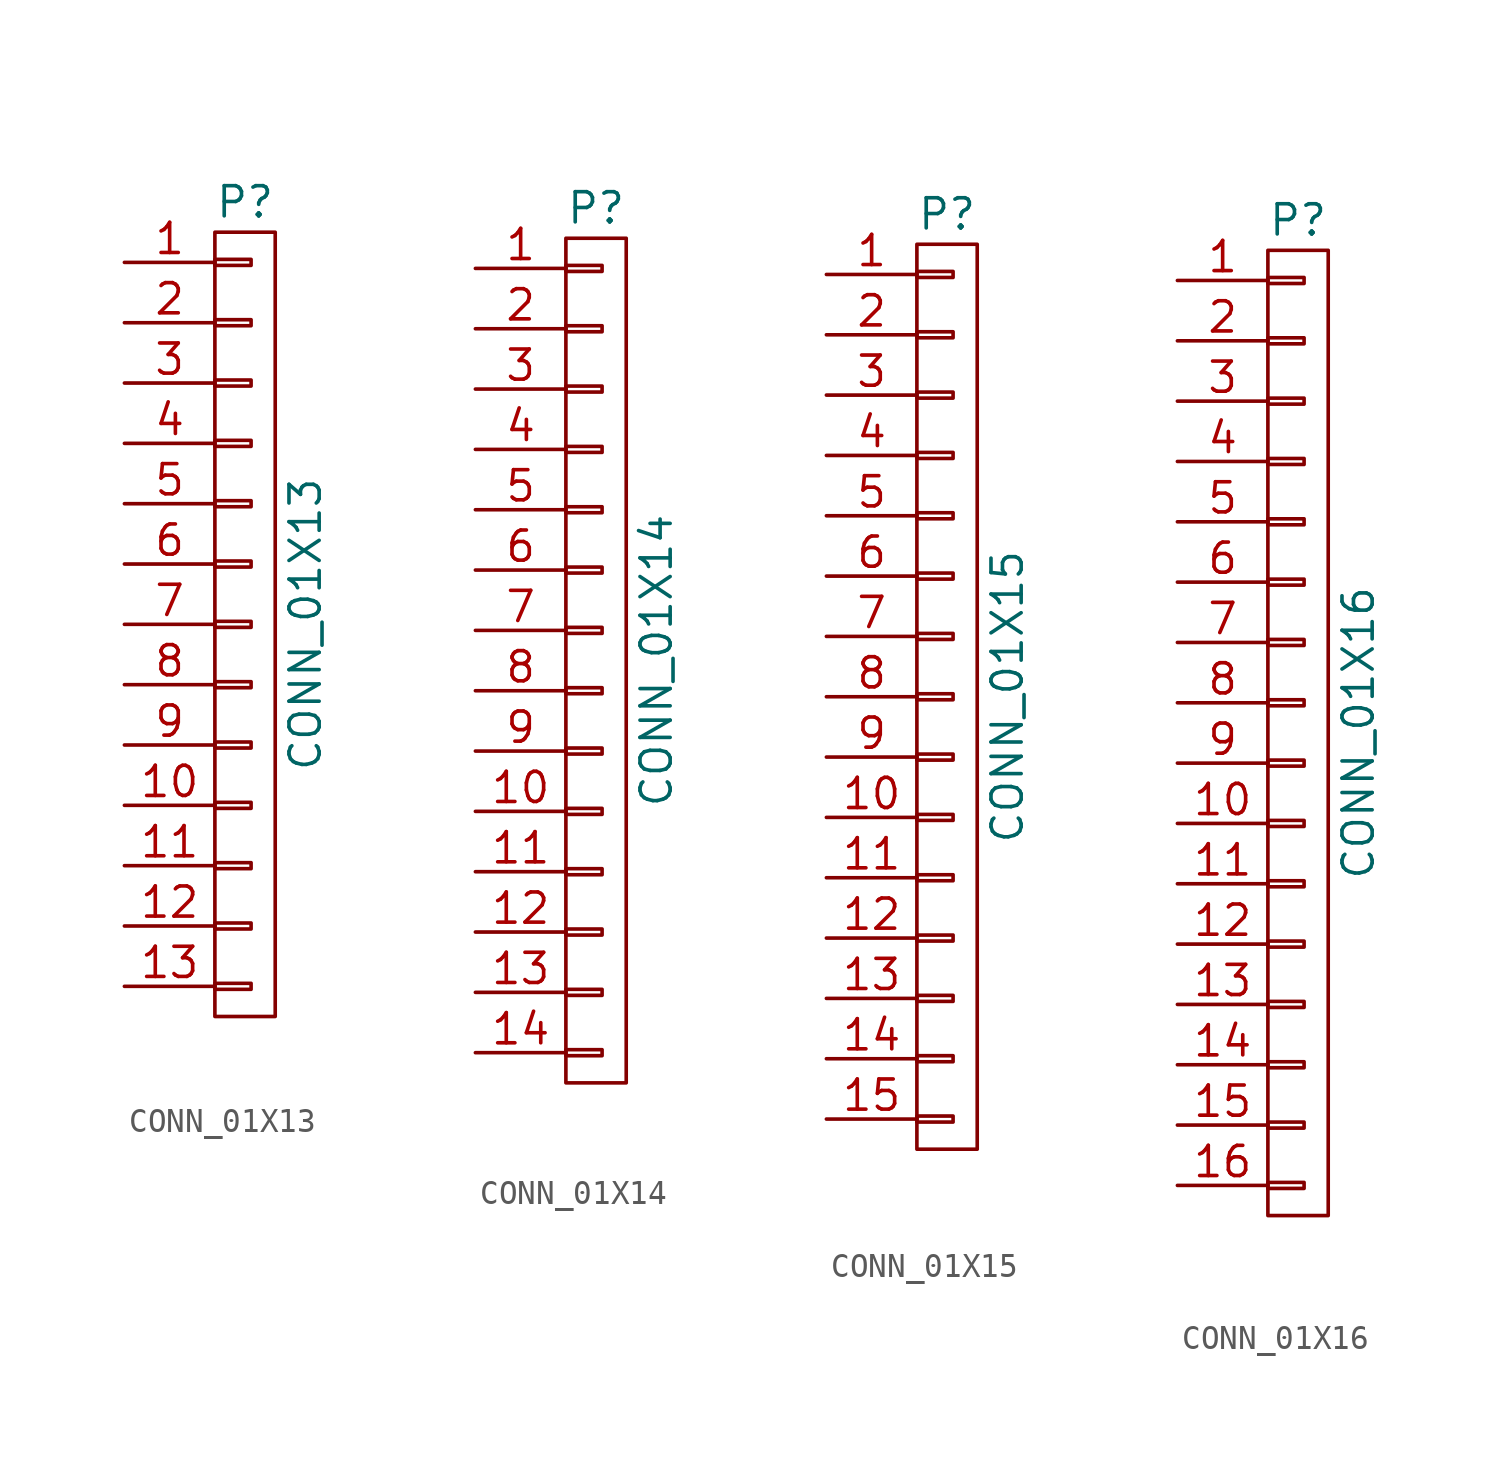
<source format=kicad_sym>
(kicad_symbol_lib
  (version 20211014)
  (generator kicad_symbol_editor)
  (symbol "CONN_01X13"
    (pin_names
      (offset 1.016) hide)
    (property "Reference" "P"
      (at 0 17.78 0)
      (effects (font (size 1.27 1.27))))
    (property "Value" "CONN_01X13"
      (at 2.54 0 90)
      (effects (font (size 1.27 1.27))))
    (property "Footprint" ""
      (at 0 0 0)
      (effects (font (size 1.27 1.27))))
    (property "Datasheet" ""
      (at 0 0 0)
      (effects (font (size 1.27 1.27))))
    (symbol "CONN_01X13_0_1"
      (rectangle (start -1.27 -16.51) (end 1.27 16.51) (stroke (width 0) (type default) (color 0 0 0 0)) (fill (type none)))
      (rectangle (start -1.27 -15.113) (end 0.254 -15.367) (stroke (width 0) (type default) (color 0 0 0 0)) (fill (type none)))
      (rectangle (start -1.27 -12.573) (end 0.254 -12.827) (stroke (width 0) (type default) (color 0 0 0 0)) (fill (type none)))
      (rectangle (start -1.27 -10.033) (end 0.254 -10.287) (stroke (width 0) (type default) (color 0 0 0 0)) (fill (type none)))
      (rectangle (start -1.27 -7.493) (end 0.254 -7.747) (stroke (width 0) (type default) (color 0 0 0 0)) (fill (type none)))
      (rectangle (start -1.27 -4.953) (end 0.254 -5.207) (stroke (width 0) (type default) (color 0 0 0 0)) (fill (type none)))
      (rectangle (start -1.27 -2.413) (end 0.254 -2.667) (stroke (width 0) (type default) (color 0 0 0 0)) (fill (type none)))
      (rectangle (start -1.27 0.127) (end 0.254 -0.127) (stroke (width 0) (type default) (color 0 0 0 0)) (fill (type none)))
      (rectangle (start -1.27 2.667) (end 0.254 2.413) (stroke (width 0) (type default) (color 0 0 0 0)) (fill (type none)))
      (rectangle (start -1.27 5.207) (end 0.254 4.953) (stroke (width 0) (type default) (color 0 0 0 0)) (fill (type none)))
      (rectangle (start -1.27 7.747) (end 0.254 7.493) (stroke (width 0) (type default) (color 0 0 0 0)) (fill (type none)))
      (rectangle (start -1.27 10.287) (end 0.254 10.033) (stroke (width 0) (type default) (color 0 0 0 0)) (fill (type none)))
      (rectangle (start -1.27 12.827) (end 0.254 12.573) (stroke (width 0) (type default) (color 0 0 0 0)) (fill (type none)))
      (rectangle (start -1.27 15.367) (end 0.254 15.113) (stroke (width 0) (type default) (color 0 0 0 0)) (fill (type none))))
    (symbol "CONN_01X13_1_1"
      (pin passive line (at -5.08 15.24 0) (length 3.81) (name "P1" (effects (font (size 1.27 1.27)))) (number "1" (effects (font (size 1.27 1.27)))))
      (pin passive line (at -5.08 -7.62 0) (length 3.81) (name "P10" (effects (font (size 1.27 1.27)))) (number "10" (effects (font (size 1.27 1.27)))))
      (pin passive line (at -5.08 -10.16 0) (length 3.81) (name "P11" (effects (font (size 1.27 1.27)))) (number "11" (effects (font (size 1.27 1.27)))))
      (pin passive line (at -5.08 -12.7 0) (length 3.81) (name "P12" (effects (font (size 1.27 1.27)))) (number "12" (effects (font (size 1.27 1.27)))))
      (pin passive line (at -5.08 -15.24 0) (length 3.81) (name "P13" (effects (font (size 1.27 1.27)))) (number "13" (effects (font (size 1.27 1.27)))))
      (pin passive line (at -5.08 12.7 0) (length 3.81) (name "P2" (effects (font (size 1.27 1.27)))) (number "2" (effects (font (size 1.27 1.27)))))
      (pin passive line (at -5.08 10.16 0) (length 3.81) (name "P3" (effects (font (size 1.27 1.27)))) (number "3" (effects (font (size 1.27 1.27)))))
      (pin passive line (at -5.08 7.62 0) (length 3.81) (name "P4" (effects (font (size 1.27 1.27)))) (number "4" (effects (font (size 1.27 1.27)))))
      (pin passive line (at -5.08 5.08 0) (length 3.81) (name "P5" (effects (font (size 1.27 1.27)))) (number "5" (effects (font (size 1.27 1.27)))))
      (pin passive line (at -5.08 2.54 0) (length 3.81) (name "P6" (effects (font (size 1.27 1.27)))) (number "6" (effects (font (size 1.27 1.27)))))
      (pin passive line (at -5.08 0 0) (length 3.81) (name "P7" (effects (font (size 1.27 1.27)))) (number "7" (effects (font (size 1.27 1.27)))))
      (pin passive line (at -5.08 -2.54 0) (length 3.81) (name "P8" (effects (font (size 1.27 1.27)))) (number "8" (effects (font (size 1.27 1.27)))))
      (pin passive line (at -5.08 -5.08 0) (length 3.81) (name "P9" (effects (font (size 1.27 1.27)))) (number "9" (effects (font (size 1.27 1.27)))))))
  (symbol "CONN_01X14"
    (pin_names
      (offset 1.016) hide)
    (property "Reference" "P"
      (at 0 19.05 0)
      (effects (font (size 1.27 1.27))))
    (property "Value" "CONN_01X14"
      (at 2.54 0 90)
      (effects (font (size 1.27 1.27))))
    (property "Footprint" ""
      (at 0 0 0)
      (effects (font (size 1.27 1.27))))
    (property "Datasheet" ""
      (at 0 0 0)
      (effects (font (size 1.27 1.27))))
    (symbol "CONN_01X14_0_1"
      (rectangle (start -1.27 -16.383) (end 0.254 -16.637) (stroke (width 0) (type default) (color 0 0 0 0)) (fill (type none)))
      (rectangle (start -1.27 -13.843) (end 0.254 -14.097) (stroke (width 0) (type default) (color 0 0 0 0)) (fill (type none)))
      (rectangle (start -1.27 -11.303) (end 0.254 -11.557) (stroke (width 0) (type default) (color 0 0 0 0)) (fill (type none)))
      (rectangle (start -1.27 -8.763) (end 0.254 -9.017) (stroke (width 0) (type default) (color 0 0 0 0)) (fill (type none)))
      (rectangle (start -1.27 -6.223) (end 0.254 -6.477) (stroke (width 0) (type default) (color 0 0 0 0)) (fill (type none)))
      (rectangle (start -1.27 -3.683) (end 0.254 -3.937) (stroke (width 0) (type default) (color 0 0 0 0)) (fill (type none)))
      (rectangle (start -1.27 -1.143) (end 0.254 -1.397) (stroke (width 0) (type default) (color 0 0 0 0)) (fill (type none)))
      (rectangle (start -1.27 1.397) (end 0.254 1.143) (stroke (width 0) (type default) (color 0 0 0 0)) (fill (type none)))
      (rectangle (start -1.27 3.937) (end 0.254 3.683) (stroke (width 0) (type default) (color 0 0 0 0)) (fill (type none)))
      (rectangle (start -1.27 6.477) (end 0.254 6.223) (stroke (width 0) (type default) (color 0 0 0 0)) (fill (type none)))
      (rectangle (start -1.27 9.017) (end 0.254 8.763) (stroke (width 0) (type default) (color 0 0 0 0)) (fill (type none)))
      (rectangle (start -1.27 11.557) (end 0.254 11.303) (stroke (width 0) (type default) (color 0 0 0 0)) (fill (type none)))
      (rectangle (start -1.27 14.097) (end 0.254 13.843) (stroke (width 0) (type default) (color 0 0 0 0)) (fill (type none)))
      (rectangle (start -1.27 16.637) (end 0.254 16.383) (stroke (width 0) (type default) (color 0 0 0 0)) (fill (type none)))
      (rectangle (start -1.27 17.78) (end 1.27 -17.78) (stroke (width 0) (type default) (color 0 0 0 0)) (fill (type none))))
    (symbol "CONN_01X14_1_1"
      (pin passive line (at -5.08 16.51 0) (length 3.81) (name "P1" (effects (font (size 1.27 1.27)))) (number "1" (effects (font (size 1.27 1.27)))))
      (pin passive line (at -5.08 -6.35 0) (length 3.81) (name "P10" (effects (font (size 1.27 1.27)))) (number "10" (effects (font (size 1.27 1.27)))))
      (pin passive line (at -5.08 -8.89 0) (length 3.81) (name "P11" (effects (font (size 1.27 1.27)))) (number "11" (effects (font (size 1.27 1.27)))))
      (pin passive line (at -5.08 -11.43 0) (length 3.81) (name "P12" (effects (font (size 1.27 1.27)))) (number "12" (effects (font (size 1.27 1.27)))))
      (pin passive line (at -5.08 -13.97 0) (length 3.81) (name "P13" (effects (font (size 1.27 1.27)))) (number "13" (effects (font (size 1.27 1.27)))))
      (pin passive line (at -5.08 -16.51 0) (length 3.81) (name "P14" (effects (font (size 1.27 1.27)))) (number "14" (effects (font (size 1.27 1.27)))))
      (pin passive line (at -5.08 13.97 0) (length 3.81) (name "P2" (effects (font (size 1.27 1.27)))) (number "2" (effects (font (size 1.27 1.27)))))
      (pin passive line (at -5.08 11.43 0) (length 3.81) (name "P3" (effects (font (size 1.27 1.27)))) (number "3" (effects (font (size 1.27 1.27)))))
      (pin passive line (at -5.08 8.89 0) (length 3.81) (name "P4" (effects (font (size 1.27 1.27)))) (number "4" (effects (font (size 1.27 1.27)))))
      (pin passive line (at -5.08 6.35 0) (length 3.81) (name "P5" (effects (font (size 1.27 1.27)))) (number "5" (effects (font (size 1.27 1.27)))))
      (pin passive line (at -5.08 3.81 0) (length 3.81) (name "P6" (effects (font (size 1.27 1.27)))) (number "6" (effects (font (size 1.27 1.27)))))
      (pin passive line (at -5.08 1.27 0) (length 3.81) (name "P7" (effects (font (size 1.27 1.27)))) (number "7" (effects (font (size 1.27 1.27)))))
      (pin passive line (at -5.08 -1.27 0) (length 3.81) (name "P8" (effects (font (size 1.27 1.27)))) (number "8" (effects (font (size 1.27 1.27)))))
      (pin passive line (at -5.08 -3.81 0) (length 3.81) (name "P9" (effects (font (size 1.27 1.27)))) (number "9" (effects (font (size 1.27 1.27)))))))
  (symbol "CONN_01X15"
    (pin_names
      (offset 1.016) hide)
    (property "Reference" "P"
      (at 0 20.32 0)
      (effects (font (size 1.27 1.27))))
    (property "Value" "CONN_01X15"
      (at 2.54 0 90)
      (effects (font (size 1.27 1.27))))
    (property "Footprint" ""
      (at 0 0 0)
      (effects (font (size 1.27 1.27))))
    (property "Datasheet" ""
      (at 0 0 0)
      (effects (font (size 1.27 1.27))))
    (symbol "CONN_01X15_0_1"
      (rectangle (start -1.27 -17.653) (end 0.254 -17.907) (stroke (width 0) (type default) (color 0 0 0 0)) (fill (type none)))
      (rectangle (start -1.27 -15.113) (end 0.254 -15.367) (stroke (width 0) (type default) (color 0 0 0 0)) (fill (type none)))
      (rectangle (start -1.27 -12.573) (end 0.254 -12.827) (stroke (width 0) (type default) (color 0 0 0 0)) (fill (type none)))
      (rectangle (start -1.27 -10.033) (end 0.254 -10.287) (stroke (width 0) (type default) (color 0 0 0 0)) (fill (type none)))
      (rectangle (start -1.27 -7.493) (end 0.254 -7.747) (stroke (width 0) (type default) (color 0 0 0 0)) (fill (type none)))
      (rectangle (start -1.27 -4.953) (end 0.254 -5.207) (stroke (width 0) (type default) (color 0 0 0 0)) (fill (type none)))
      (rectangle (start -1.27 -2.413) (end 0.254 -2.667) (stroke (width 0) (type default) (color 0 0 0 0)) (fill (type none)))
      (rectangle (start -1.27 0.127) (end 0.254 -0.127) (stroke (width 0) (type default) (color 0 0 0 0)) (fill (type none)))
      (rectangle (start -1.27 2.667) (end 0.254 2.413) (stroke (width 0) (type default) (color 0 0 0 0)) (fill (type none)))
      (rectangle (start -1.27 5.207) (end 0.254 4.953) (stroke (width 0) (type default) (color 0 0 0 0)) (fill (type none)))
      (rectangle (start -1.27 7.747) (end 0.254 7.493) (stroke (width 0) (type default) (color 0 0 0 0)) (fill (type none)))
      (rectangle (start -1.27 10.287) (end 0.254 10.033) (stroke (width 0) (type default) (color 0 0 0 0)) (fill (type none)))
      (rectangle (start -1.27 12.827) (end 0.254 12.573) (stroke (width 0) (type default) (color 0 0 0 0)) (fill (type none)))
      (rectangle (start -1.27 15.367) (end 0.254 15.113) (stroke (width 0) (type default) (color 0 0 0 0)) (fill (type none)))
      (rectangle (start -1.27 17.907) (end 0.254 17.653) (stroke (width 0) (type default) (color 0 0 0 0)) (fill (type none)))
      (rectangle (start -1.27 19.05) (end 1.27 -19.05) (stroke (width 0) (type default) (color 0 0 0 0)) (fill (type none))))
    (symbol "CONN_01X15_1_1"
      (pin passive line (at -5.08 17.78 0) (length 3.81) (name "P1" (effects (font (size 1.27 1.27)))) (number "1" (effects (font (size 1.27 1.27)))))
      (pin passive line (at -5.08 -5.08 0) (length 3.81) (name "P10" (effects (font (size 1.27 1.27)))) (number "10" (effects (font (size 1.27 1.27)))))
      (pin passive line (at -5.08 -7.62 0) (length 3.81) (name "P11" (effects (font (size 1.27 1.27)))) (number "11" (effects (font (size 1.27 1.27)))))
      (pin passive line (at -5.08 -10.16 0) (length 3.81) (name "P12" (effects (font (size 1.27 1.27)))) (number "12" (effects (font (size 1.27 1.27)))))
      (pin passive line (at -5.08 -12.7 0) (length 3.81) (name "P13" (effects (font (size 1.27 1.27)))) (number "13" (effects (font (size 1.27 1.27)))))
      (pin passive line (at -5.08 -15.24 0) (length 3.81) (name "P14" (effects (font (size 1.27 1.27)))) (number "14" (effects (font (size 1.27 1.27)))))
      (pin passive line (at -5.08 -17.78 0) (length 3.81) (name "P15" (effects (font (size 1.27 1.27)))) (number "15" (effects (font (size 1.27 1.27)))))
      (pin passive line (at -5.08 15.24 0) (length 3.81) (name "P2" (effects (font (size 1.27 1.27)))) (number "2" (effects (font (size 1.27 1.27)))))
      (pin passive line (at -5.08 12.7 0) (length 3.81) (name "P3" (effects (font (size 1.27 1.27)))) (number "3" (effects (font (size 1.27 1.27)))))
      (pin passive line (at -5.08 10.16 0) (length 3.81) (name "P4" (effects (font (size 1.27 1.27)))) (number "4" (effects (font (size 1.27 1.27)))))
      (pin passive line (at -5.08 7.62 0) (length 3.81) (name "P5" (effects (font (size 1.27 1.27)))) (number "5" (effects (font (size 1.27 1.27)))))
      (pin passive line (at -5.08 5.08 0) (length 3.81) (name "P6" (effects (font (size 1.27 1.27)))) (number "6" (effects (font (size 1.27 1.27)))))
      (pin passive line (at -5.08 2.54 0) (length 3.81) (name "P7" (effects (font (size 1.27 1.27)))) (number "7" (effects (font (size 1.27 1.27)))))
      (pin passive line (at -5.08 0 0) (length 3.81) (name "P8" (effects (font (size 1.27 1.27)))) (number "8" (effects (font (size 1.27 1.27)))))
      (pin passive line (at -5.08 -2.54 0) (length 3.81) (name "P9" (effects (font (size 1.27 1.27)))) (number "9" (effects (font (size 1.27 1.27)))))))
  (symbol "CONN_01X16"
    (pin_names
      (offset 1.016) hide)
    (property "Reference" "P"
      (at 0 21.59 0)
      (effects (font (size 1.27 1.27))))
    (property "Value" "CONN_01X16"
      (at 2.54 0 90)
      (effects (font (size 1.27 1.27))))
    (property "Footprint" ""
      (at 0 0 0)
      (effects (font (size 1.27 1.27))))
    (property "Datasheet" ""
      (at 0 0 0)
      (effects (font (size 1.27 1.27))))
    (symbol "CONN_01X16_0_1"
      (rectangle (start -1.27 -18.923) (end 0.254 -19.177) (stroke (width 0) (type default) (color 0 0 0 0)) (fill (type none)))
      (rectangle (start -1.27 -16.383) (end 0.254 -16.637) (stroke (width 0) (type default) (color 0 0 0 0)) (fill (type none)))
      (rectangle (start -1.27 -13.843) (end 0.254 -14.097) (stroke (width 0) (type default) (color 0 0 0 0)) (fill (type none)))
      (rectangle (start -1.27 -11.303) (end 0.254 -11.557) (stroke (width 0) (type default) (color 0 0 0 0)) (fill (type none)))
      (rectangle (start -1.27 -8.763) (end 0.254 -9.017) (stroke (width 0) (type default) (color 0 0 0 0)) (fill (type none)))
      (rectangle (start -1.27 -6.223) (end 0.254 -6.477) (stroke (width 0) (type default) (color 0 0 0 0)) (fill (type none)))
      (rectangle (start -1.27 -3.683) (end 0.254 -3.937) (stroke (width 0) (type default) (color 0 0 0 0)) (fill (type none)))
      (rectangle (start -1.27 -1.143) (end 0.254 -1.397) (stroke (width 0) (type default) (color 0 0 0 0)) (fill (type none)))
      (rectangle (start -1.27 1.397) (end 0.254 1.143) (stroke (width 0) (type default) (color 0 0 0 0)) (fill (type none)))
      (rectangle (start -1.27 3.937) (end 0.254 3.683) (stroke (width 0) (type default) (color 0 0 0 0)) (fill (type none)))
      (rectangle (start -1.27 6.477) (end 0.254 6.223) (stroke (width 0) (type default) (color 0 0 0 0)) (fill (type none)))
      (rectangle (start -1.27 9.017) (end 0.254 8.763) (stroke (width 0) (type default) (color 0 0 0 0)) (fill (type none)))
      (rectangle (start -1.27 11.557) (end 0.254 11.303) (stroke (width 0) (type default) (color 0 0 0 0)) (fill (type none)))
      (rectangle (start -1.27 14.097) (end 0.254 13.843) (stroke (width 0) (type default) (color 0 0 0 0)) (fill (type none)))
      (rectangle (start -1.27 16.637) (end 0.254 16.383) (stroke (width 0) (type default) (color 0 0 0 0)) (fill (type none)))
      (rectangle (start -1.27 19.177) (end 0.254 18.923) (stroke (width 0) (type default) (color 0 0 0 0)) (fill (type none)))
      (rectangle (start -1.27 20.32) (end 1.27 -20.32) (stroke (width 0) (type default) (color 0 0 0 0)) (fill (type none))))
    (symbol "CONN_01X16_1_1"
      (pin passive line (at -5.08 19.05 0) (length 3.81) (name "P1" (effects (font (size 1.27 1.27)))) (number "1" (effects (font (size 1.27 1.27)))))
      (pin passive line (at -5.08 -3.81 0) (length 3.81) (name "P10" (effects (font (size 1.27 1.27)))) (number "10" (effects (font (size 1.27 1.27)))))
      (pin passive line (at -5.08 -6.35 0) (length 3.81) (name "P11" (effects (font (size 1.27 1.27)))) (number "11" (effects (font (size 1.27 1.27)))))
      (pin passive line (at -5.08 -8.89 0) (length 3.81) (name "P12" (effects (font (size 1.27 1.27)))) (number "12" (effects (font (size 1.27 1.27)))))
      (pin passive line (at -5.08 -11.43 0) (length 3.81) (name "P13" (effects (font (size 1.27 1.27)))) (number "13" (effects (font (size 1.27 1.27)))))
      (pin passive line (at -5.08 -13.97 0) (length 3.81) (name "P14" (effects (font (size 1.27 1.27)))) (number "14" (effects (font (size 1.27 1.27)))))
      (pin passive line (at -5.08 -16.51 0) (length 3.81) (name "P15" (effects (font (size 1.27 1.27)))) (number "15" (effects (font (size 1.27 1.27)))))
      (pin passive line (at -5.08 -19.05 0) (length 3.81) (name "P16" (effects (font (size 1.27 1.27)))) (number "16" (effects (font (size 1.27 1.27)))))
      (pin passive line (at -5.08 16.51 0) (length 3.81) (name "P2" (effects (font (size 1.27 1.27)))) (number "2" (effects (font (size 1.27 1.27)))))
      (pin passive line (at -5.08 13.97 0) (length 3.81) (name "P3" (effects (font (size 1.27 1.27)))) (number "3" (effects (font (size 1.27 1.27)))))
      (pin passive line (at -5.08 11.43 0) (length 3.81) (name "P4" (effects (font (size 1.27 1.27)))) (number "4" (effects (font (size 1.27 1.27)))))
      (pin passive line (at -5.08 8.89 0) (length 3.81) (name "P5" (effects (font (size 1.27 1.27)))) (number "5" (effects (font (size 1.27 1.27)))))
      (pin passive line (at -5.08 6.35 0) (length 3.81) (name "P6" (effects (font (size 1.27 1.27)))) (number "6" (effects (font (size 1.27 1.27)))))
      (pin passive line (at -5.08 3.81 0) (length 3.81) (name "P7" (effects (font (size 1.27 1.27)))) (number "7" (effects (font (size 1.27 1.27)))))
      (pin passive line (at -5.08 1.27 0) (length 3.81) (name "P8" (effects (font (size 1.27 1.27)))) (number "8" (effects (font (size 1.27 1.27)))))
      (pin passive line (at -5.08 -1.27 0) (length 3.81) (name "P9" (effects (font (size 1.27 1.27)))) (number "9" (effects (font (size 1.27 1.27))))))))
</source>
